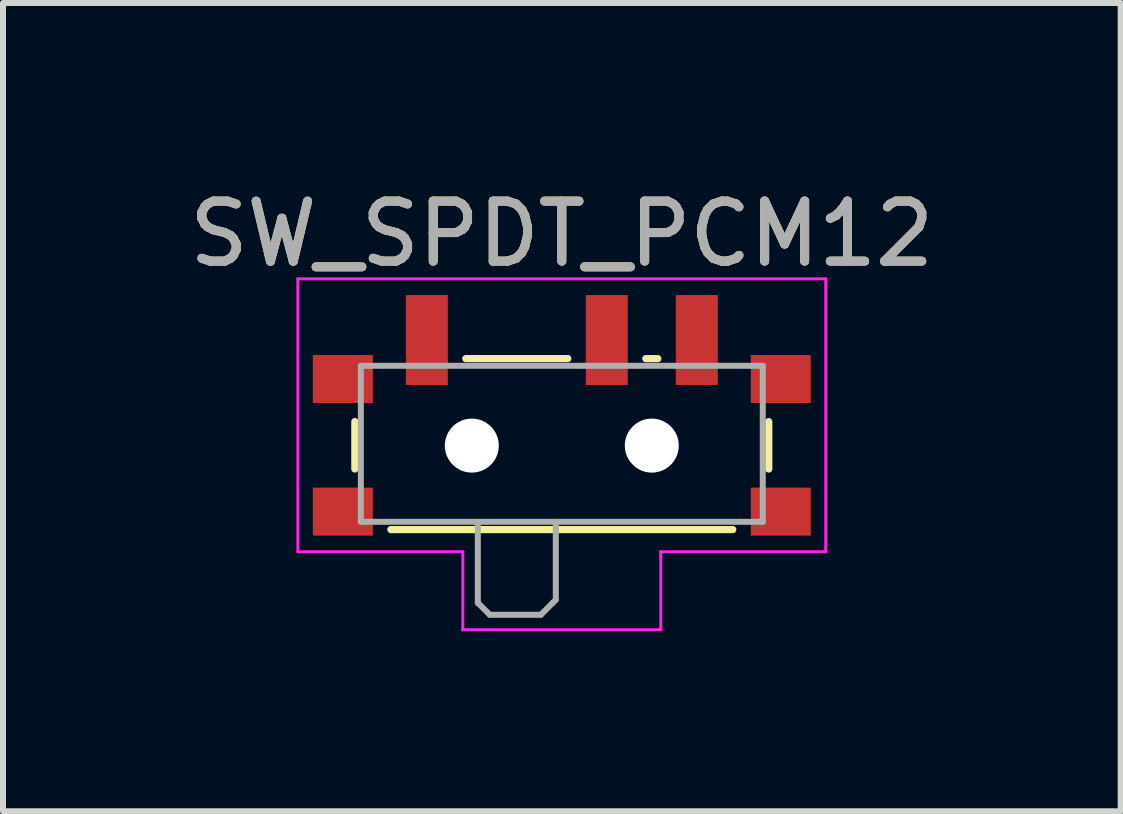
<source format=kicad_pcb>
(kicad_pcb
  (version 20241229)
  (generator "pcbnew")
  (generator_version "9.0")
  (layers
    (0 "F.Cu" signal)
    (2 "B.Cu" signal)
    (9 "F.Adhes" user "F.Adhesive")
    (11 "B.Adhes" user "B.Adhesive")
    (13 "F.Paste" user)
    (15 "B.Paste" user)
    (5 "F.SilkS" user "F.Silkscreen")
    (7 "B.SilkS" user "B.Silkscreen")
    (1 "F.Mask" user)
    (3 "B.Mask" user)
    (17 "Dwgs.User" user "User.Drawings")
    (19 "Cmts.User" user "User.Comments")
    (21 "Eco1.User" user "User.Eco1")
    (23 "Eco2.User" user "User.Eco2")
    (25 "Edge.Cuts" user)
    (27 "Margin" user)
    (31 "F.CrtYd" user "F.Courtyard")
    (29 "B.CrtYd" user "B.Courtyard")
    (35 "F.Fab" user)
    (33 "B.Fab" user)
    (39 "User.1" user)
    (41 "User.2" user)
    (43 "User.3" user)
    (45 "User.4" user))
  (footprint "SW_SPDT_PCM12"
    (layer "F.Cu")
    (at 6.315 4.048)
    (property "Reference" "SW_SPDT_PCM12" (at 0 -3.2 0) (layer "F.SilkS") (effects (font (size 1 1) (thickness 0.15))))
    (attr smd)
    (fp_line (start -3.45 -0.07) (end -3.45 0.72) (stroke (width 0.12) (type solid)) (layer "F.SilkS"))
    (fp_line (start -2.85 1.73) (end 2.85 1.73) (stroke (width 0.12) (type solid)) (layer "F.SilkS"))
    (fp_line (start -1.6 -1.12) (end 0.1 -1.12) (stroke (width 0.12) (type solid)) (layer "F.SilkS"))
    (fp_line (start 1.4 -1.12) (end 1.6 -1.12) (stroke (width 0.12) (type solid)) (layer "F.SilkS"))
    (fp_line (start 3.45 0.72) (end 3.45 -0.07) (stroke (width 0.12) (type solid)) (layer "F.SilkS"))
    (fp_line (start -4.4 -2.45) (end 4.4 -2.45) (stroke (width 0.05) (type solid)) (layer "F.CrtYd"))
    (fp_line (start -4.4 2.1) (end -4.4 -2.45) (stroke (width 0.05) (type solid)) (layer "F.CrtYd"))
    (fp_line (start -1.65 2.1) (end -4.4 2.1) (stroke (width 0.05) (type solid)) (layer "F.CrtYd"))
    (fp_line (start -1.65 3.4) (end -1.65 2.1) (stroke (width 0.05) (type solid)) (layer "F.CrtYd"))
    (fp_line (start 1.65 2.1) (end 1.65 3.4) (stroke (width 0.05) (type solid)) (layer "F.CrtYd"))
    (fp_line (start 1.65 3.4) (end -1.65 3.4) (stroke (width 0.05) (type solid)) (layer "F.CrtYd"))
    (fp_line (start 4.4 -2.45) (end 4.4 2.1) (stroke (width 0.05) (type solid)) (layer "F.CrtYd"))
    (fp_line (start 4.4 2.1) (end 1.65 2.1) (stroke (width 0.05) (type solid)) (layer "F.CrtYd"))
    (fp_line (start -3.35 -1) (end -3.35 1.6) (stroke (width 0.1) (type solid)) (layer "F.Fab"))
    (fp_line (start -3.35 1.6) (end 3.35 1.6) (stroke (width 0.1) (type solid)) (layer "F.Fab"))
    (fp_line (start -1.4 1.65) (end -1.4 2.95) (stroke (width 0.1) (type solid)) (layer "F.Fab"))
    (fp_line (start -1.4 2.95) (end -1.2 3.15) (stroke (width 0.1) (type solid)) (layer "F.Fab"))
    (fp_line (start -1.2 3.15) (end -0.35 3.15) (stroke (width 0.1) (type solid)) (layer "F.Fab"))
    (fp_line (start -0.35 3.15) (end -0.15 2.95) (stroke (width 0.1) (type solid)) (layer "F.Fab"))
    (fp_line (start -0.15 2.95) (end -0.1 2.9) (stroke (width 0.1) (type solid)) (layer "F.Fab"))
    (fp_line (start -0.1 2.9) (end -0.1 1.6) (stroke (width 0.1) (type solid)) (layer "F.Fab"))
    (fp_line (start 3.35 -1) (end -3.35 -1) (stroke (width 0.1) (type solid)) (layer "F.Fab"))
    (fp_line (start 3.35 1.6) (end 3.35 -1) (stroke (width 0.1) (type solid)) (layer "F.Fab"))
    (fp_text user "${REFERENCE}" (at 0 -3.2 0) (layer "F.Fab") (effects (font (size 1 1) (thickness 0.15))))
    (pad "" smd rect (at -3.65 -0.78) (size 1 0.8) (layers "F.Cu" "F.Mask" "F.Paste"))
    (pad "" smd rect (at -3.65 1.43) (size 1 0.8) (layers "F.Cu" "F.Mask" "F.Paste"))
    (pad "" np_thru_hole circle (at -1.5 0.33) (size 0.9 0.9) (drill 0.9) (layers "*.Cu" "*.Mask"))
    (pad "" np_thru_hole circle (at 1.5 0.33) (size 0.9 0.9) (drill 0.9) (layers "*.Cu" "*.Mask"))
    (pad "" smd rect (at 3.65 -0.78) (size 1 0.8) (layers "F.Cu" "F.Mask" "F.Paste"))
    (pad "" smd rect (at 3.65 1.43) (size 1 0.8) (layers "F.Cu" "F.Mask" "F.Paste"))
    (pad "1" smd rect (at -2.25 -1.43) (size 0.7 1.5) (layers "F.Cu" "F.Mask" "F.Paste"))
    (pad "2" smd rect (at 0.75 -1.43) (size 0.7 1.5) (layers "F.Cu" "F.Mask" "F.Paste"))
    (pad "3" smd rect (at 2.25 -1.43) (size 0.7 1.5) (layers "F.Cu" "F.Mask" "F.Paste")))
  (gr_rect
    (start -3 -3)
    (end 15.631 10.473)
    (stroke (width 0.1) (type default))
    (fill no)
    (layer "Edge.Cuts")))
</source>
